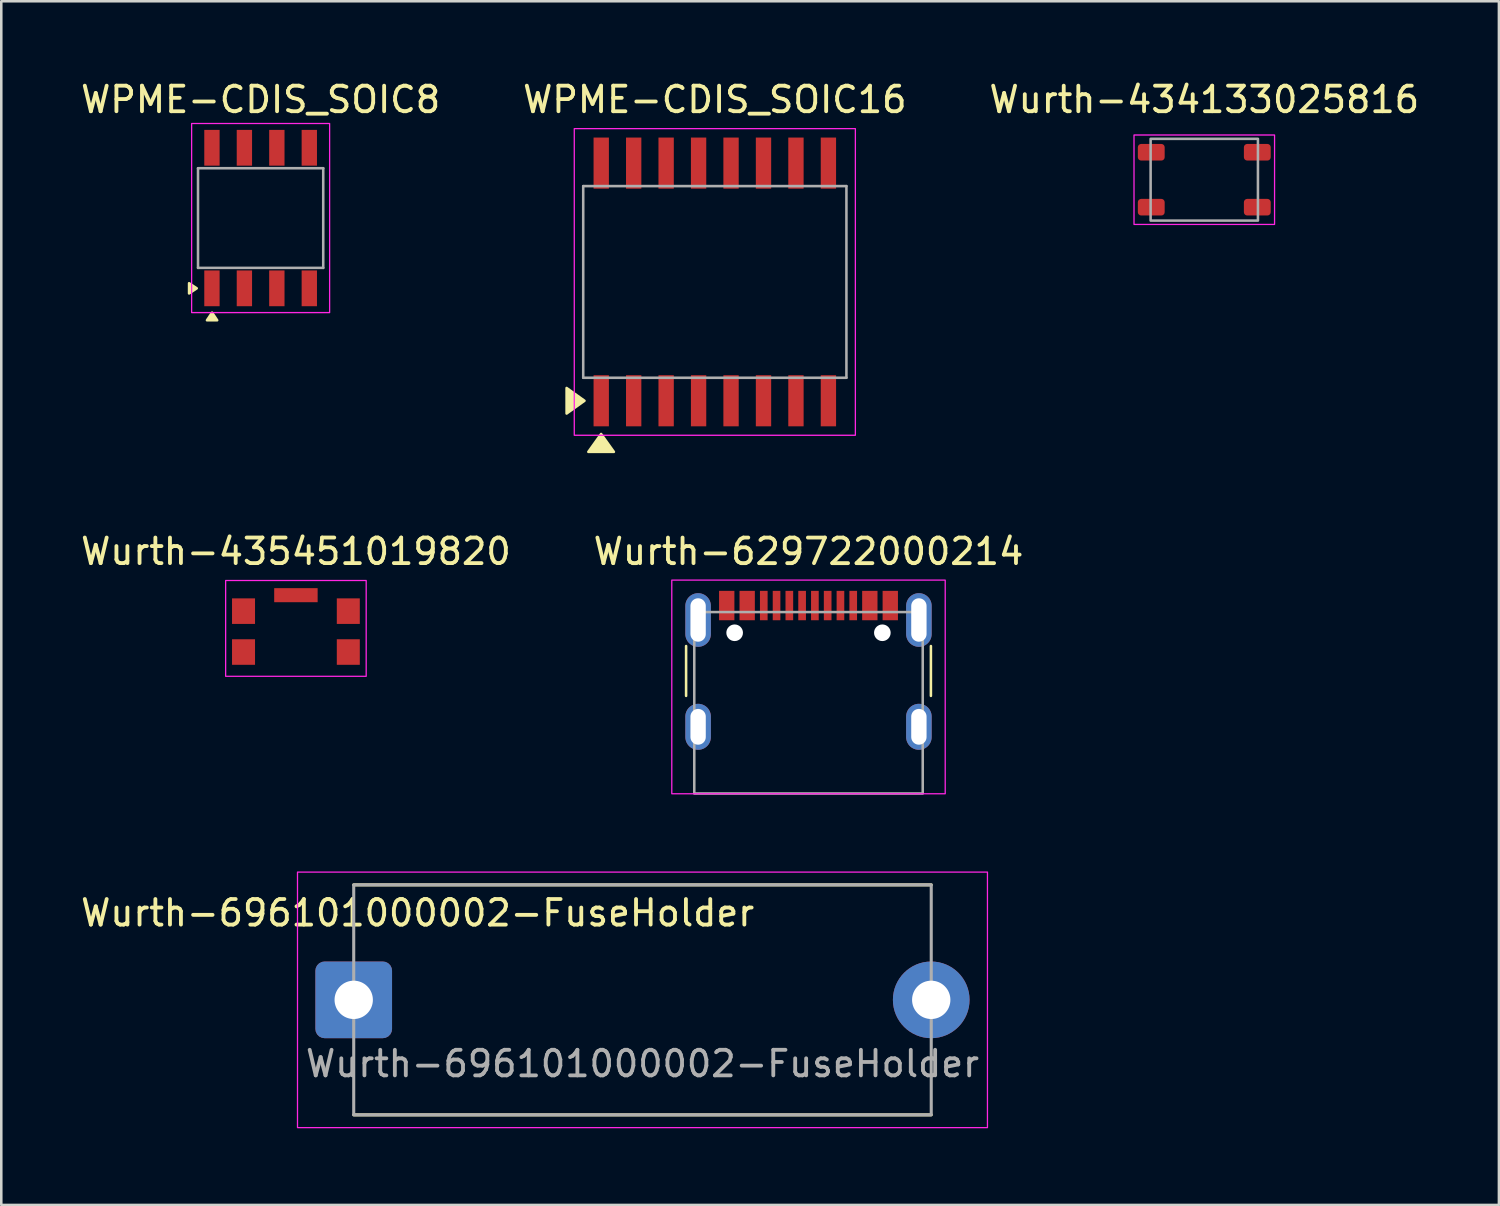
<source format=kicad_pcb>
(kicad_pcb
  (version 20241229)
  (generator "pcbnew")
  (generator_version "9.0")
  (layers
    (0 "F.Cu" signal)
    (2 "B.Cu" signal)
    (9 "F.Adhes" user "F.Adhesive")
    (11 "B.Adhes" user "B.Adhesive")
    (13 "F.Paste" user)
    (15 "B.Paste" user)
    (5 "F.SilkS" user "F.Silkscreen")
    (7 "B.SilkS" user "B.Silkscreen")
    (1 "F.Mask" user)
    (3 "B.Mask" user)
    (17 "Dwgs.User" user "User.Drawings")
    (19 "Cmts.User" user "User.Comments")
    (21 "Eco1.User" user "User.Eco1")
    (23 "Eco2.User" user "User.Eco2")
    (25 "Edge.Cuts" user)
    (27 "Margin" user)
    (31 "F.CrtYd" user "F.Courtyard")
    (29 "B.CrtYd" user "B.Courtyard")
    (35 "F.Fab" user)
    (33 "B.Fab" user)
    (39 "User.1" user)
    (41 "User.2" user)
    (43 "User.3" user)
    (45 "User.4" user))
  (footprint "Wurth-434133025816"
    (layer "F.Cu")
    (at 44.077 3.983)
    (property "Reference" "Wurth-434133025816" (at 0 -3.135 0) (layer "F.SilkS") (effects (font (size 1 1) (thickness 0.15))))
    (attr smd)
    (fp_rect (start -2.75 -1.75) (end 2.75 1.75) (stroke (width 0.05) (type default)) (fill no) (layer "F.CrtYd"))
    (fp_rect (start -2.1 -1.6) (end 2.1 1.6) (stroke (width 0.1) (type default)) (fill no) (layer "F.Fab"))
    (pad "1" smd roundrect (at -2.075 -1.075) (size 1.05 0.65) (layers "F.Cu" "F.Mask" "F.Paste") (roundrect_rratio 0.2))
    (pad "2" smd roundrect (at 2.075 -1.075) (size 1.05 0.65) (layers "F.Cu" "F.Mask" "F.Paste") (roundrect_rratio 0.2))
    (pad "3" smd roundrect (at -2.075 1.075) (size 1.05 0.65) (layers "F.Cu" "F.Mask" "F.Paste") (roundrect_rratio 0.2))
    (pad "4" smd roundrect (at 2.075 1.075) (size 1.05 0.65) (layers "F.Cu" "F.Mask" "F.Paste") (roundrect_rratio 0.2)))
  (footprint "WPME-CDIS_SOIC16"
    (layer "F.Cu")
    (at 24.923 7.983)
    (property "Reference" "WPME-CDIS_SOIC16" (at 0 -7.135 0) (layer "F.SilkS") (effects (font (size 1 1) (thickness 0.15))))
    (attr smd)
    (fp_poly (pts (xy -5.1 4.65) (xy -5.8 4.15) (xy -5.8 5.15)) (stroke (width 0.1) (type solid)) (fill yes) (layer "F.SilkS"))
    (fp_poly (pts (xy -4.45 5.95) (xy -4.95 6.65) (xy -3.95 6.65)) (stroke (width 0.1) (type solid)) (fill yes) (layer "F.SilkS"))
    (fp_rect (start -5.5 -6) (end 5.5 6) (stroke (width 0.05) (type default)) (fill no) (layer "F.CrtYd"))
    (fp_line (start -5.15 -3.75) (end 5.15 -3.75) (stroke (width 0.1) (type solid)) (layer "F.Fab"))
    (fp_line (start -5.15 3.75) (end -5.15 -3.75) (stroke (width 0.1) (type solid)) (layer "F.Fab"))
    (fp_line (start 5.15 -3.75) (end 5.15 3.75) (stroke (width 0.1) (type solid)) (layer "F.Fab"))
    (fp_line (start 5.15 3.75) (end -5.15 3.75) (stroke (width 0.1) (type solid)) (layer "F.Fab"))
    (pad "1" smd rect (at -4.445 4.65) (size 0.6 2) (layers "F.Cu" "F.Mask" "F.Paste"))
    (pad "2" smd rect (at -3.175 4.65) (size 0.6 2) (layers "F.Cu" "F.Mask" "F.Paste"))
    (pad "3" smd rect (at -1.905 4.65) (size 0.6 2) (layers "F.Cu" "F.Mask" "F.Paste"))
    (pad "4" smd rect (at -0.635 4.65) (size 0.6 2) (layers "F.Cu" "F.Mask" "F.Paste"))
    (pad "5" smd rect (at 0.635 4.65) (size 0.6 2) (layers "F.Cu" "F.Mask" "F.Paste"))
    (pad "6" smd rect (at 1.905 4.65) (size 0.6 2) (layers "F.Cu" "F.Mask" "F.Paste"))
    (pad "7" smd rect (at 3.175 4.65) (size 0.6 2) (layers "F.Cu" "F.Mask" "F.Paste"))
    (pad "8" smd rect (at 4.445 4.65) (size 0.6 2) (layers "F.Cu" "F.Mask" "F.Paste"))
    (pad "9" smd rect (at 4.445 -4.65) (size 0.6 2) (layers "F.Cu" "F.Mask" "F.Paste"))
    (pad "10" smd rect (at 3.175 -4.65) (size 0.6 2) (layers "F.Cu" "F.Mask" "F.Paste"))
    (pad "11" smd rect (at 1.905 -4.65) (size 0.6 2) (layers "F.Cu" "F.Mask" "F.Paste"))
    (pad "12" smd rect (at 0.635 -4.65) (size 0.6 2) (layers "F.Cu" "F.Mask" "F.Paste"))
    (pad "13" smd rect (at -0.635 -4.65) (size 0.6 2) (layers "F.Cu" "F.Mask" "F.Paste"))
    (pad "14" smd rect (at -1.905 -4.65) (size 0.6 2) (layers "F.Cu" "F.Mask" "F.Paste"))
    (pad "15" smd rect (at -3.175 -4.65) (size 0.6 2) (layers "F.Cu" "F.Mask" "F.Paste"))
    (pad "16" smd rect (at -4.445 -4.65) (size 0.6 2) (layers "F.Cu" "F.Mask" "F.Paste")))
  (footprint "Wurth-696101000002-FuseHolder"
    (layer "F.Cu")
    (at 22.092 36.077)
    (property "Reference" "Wurth-696101000002-FuseHolder" (at -8.8 -3.4 0) (unlocked yes) (layer "F.SilkS") (effects (font (size 1 1) (thickness 0.15))))
    (attr through_hole)
    (fp_line (start -11.3 -4.5) (end 11.3 -4.5) (stroke (width 0.12) (type default)) (layer "F.SilkS"))
    (fp_line (start -11.3 4.5) (end 11.3 4.5) (stroke (width 0.12) (type default)) (layer "F.SilkS"))
    (fp_rect (start -13.5 -5) (end 13.5 5) (stroke (width 0.05) (type default)) (fill no) (layer "F.CrtYd"))
    (fp_rect (start -11.3 -4.5) (end 11.3 4.5) (stroke (width 0.12) (type default)) (fill no) (layer "F.Fab"))
    (fp_text user "${REFERENCE}" (at 0 2.5 0) (unlocked yes) (layer "F.Fab") (effects (font (size 1 1) (thickness 0.15))))
    (pad "1" thru_hole roundrect (at -11.3 0) (size 3 3) (drill 1.5) (layers "*.Cu" "*.Mask") (roundrect_rratio 0.12))
    (pad "2" thru_hole circle (at 11.3 0) (size 3 3) (drill 1.5) (layers "*.Cu" "*.Mask")))
  (footprint "WPME-CDIS_SOIC8"
    (layer "F.Cu")
    (at 7.149 5.483)
    (property "Reference" "WPME-CDIS_SOIC8" (at 0 -4.635 0) (layer "F.SilkS") (effects (font (size 1 1) (thickness 0.15))))
    (attr smd)
    (fp_poly (pts (xy -2.5 2.75) (xy -2.8 2.95) (xy -2.8 2.55)) (stroke (width 0.1) (type solid)) (fill yes) (layer "F.SilkS"))
    (fp_poly (pts (xy -1.9 3.7) (xy -1.7 4) (xy -2.1 4)) (stroke (width 0.1) (type solid)) (fill yes) (layer "F.SilkS"))
    (fp_rect (start -2.7 -3.7) (end 2.7 3.7) (stroke (width 0.05) (type default)) (fill no) (layer "F.CrtYd"))
    (fp_line (start -2.45 -1.95) (end 2.45 -1.95) (stroke (width 0.1) (type solid)) (layer "F.Fab"))
    (fp_line (start -2.45 1.95) (end -2.45 -1.95) (stroke (width 0.1) (type solid)) (layer "F.Fab"))
    (fp_line (start 2.45 -1.95) (end 2.45 1.95) (stroke (width 0.1) (type solid)) (layer "F.Fab"))
    (fp_line (start 2.45 1.95) (end -2.45 1.95) (stroke (width 0.1) (type solid)) (layer "F.Fab"))
    (pad "1" smd rect (at -1.905 2.75) (size 0.6 1.4) (layers "F.Cu" "F.Mask" "F.Paste"))
    (pad "2" smd rect (at -0.635 2.75) (size 0.6 1.4) (layers "F.Cu" "F.Mask" "F.Paste"))
    (pad "3" smd rect (at 0.635 2.75) (size 0.6 1.4) (layers "F.Cu" "F.Mask" "F.Paste"))
    (pad "4" smd rect (at 1.905 2.75) (size 0.6 1.4) (layers "F.Cu" "F.Mask" "F.Paste"))
    (pad "5" smd rect (at 1.905 -2.75) (size 0.6 1.4) (layers "F.Cu" "F.Mask" "F.Paste"))
    (pad "6" smd rect (at 0.635 -2.75) (size 0.6 1.4) (layers "F.Cu" "F.Mask" "F.Paste"))
    (pad "7" smd rect (at -0.635 -2.75) (size 0.6 1.4) (layers "F.Cu" "F.Mask" "F.Paste"))
    (pad "8" smd rect (at -1.905 -2.75) (size 0.6 1.4) (layers "F.Cu" "F.Mask" "F.Paste")))
  (footprint "Wurth-435451019820"
    (layer "F.Cu")
    (at 8.53 21.666)
    (property "Reference" "Wurth-435451019820" (at 0 -3.135 0) (layer "F.SilkS") (effects (font (size 1 1) (thickness 0.15))))
    (attr smd)
    (fp_poly (pts (xy -2.75 -2) (xy 2.75 -2) (xy 2.75 1.75) (xy -2.75 1.75)) (stroke (width 0.05) (type solid)) (fill no) (layer "F.CrtYd"))
    (pad "1" smd rect (at 2.05 -0.8) (size 0.9 1) (layers "F.Cu" "F.Mask" "F.Paste"))
    (pad "2" smd rect (at 2.05 0.8) (size 0.9 1) (layers "F.Cu" "F.Mask" "F.Paste"))
    (pad "3" smd rect (at -2.05 0.8) (size 0.9 1) (layers "F.Cu" "F.Mask" "F.Paste"))
    (pad "4" smd rect (at -2.05 -0.8) (size 0.9 1) (layers "F.Cu" "F.Mask" "F.Paste"))
    (pad "GND" smd rect (at 0 -1.425) (size 1.7 0.55) (layers "F.Cu" "F.Mask" "F.Paste")))
  (footprint "Wurth-629722000214"
    (layer "F.Cu")
    (at 28.589 23.302)
    (property "Reference" "Wurth-629722000214" (at 0 -4.77 0) (layer "F.SilkS") (effects (font (size 1 1) (thickness 0.15))))
    (fp_line (start -4.79 -1.07) (end -4.79 0.88) (stroke (width 0.1) (type solid)) (layer "F.SilkS"))
    (fp_line (start 4.79 -1.07) (end 4.79 0.88) (stroke (width 0.1) (type solid)) (layer "F.SilkS"))
    (fp_rect (start -5.35 -3.65) (end 5.35 4.71) (stroke (width 0.05) (type default)) (fill no) (layer "F.CrtYd"))
    (fp_rect (start -4.47 -2.4) (end 4.47 4.7) (stroke (width 0.1) (type default)) (fill no) (layer "F.Fab"))
    (pad "" np_thru_hole circle (at -2.89 -1.59) (size 0.65 0.65) (drill 0.65) (layers "*.Cu" "*.Mask"))
    (pad "" np_thru_hole circle (at 2.89 -1.59) (size 0.65 0.65) (drill 0.65) (layers "*.Cu" "*.Mask"))
    (pad "A1-B12" smd rect (at -3.2 -2.655) (size 0.6 1.15) (layers "F.Cu" "F.Mask" "F.Paste"))
    (pad "A4-B9" smd rect (at -2.4 -2.655) (size 0.6 1.15) (layers "F.Cu" "F.Mask" "F.Paste"))
    (pad "A5" smd rect (at -1.25 -2.655) (size 0.3 1.15) (layers "F.Cu" "F.Mask" "F.Paste"))
    (pad "A6" smd rect (at -0.25 -2.655) (size 0.3 1.15) (layers "F.Cu" "F.Mask" "F.Paste"))
    (pad "A7" smd rect (at 0.25 -2.655) (size 0.3 1.15) (layers "F.Cu" "F.Mask" "F.Paste"))
    (pad "A8" smd rect (at 1.25 -2.655) (size 0.3 1.15) (layers "F.Cu" "F.Mask" "F.Paste"))
    (pad "B1-A12" smd rect (at 3.2 -2.655) (size 0.6 1.15) (layers "F.Cu" "F.Mask" "F.Paste"))
    (pad "B4-A9" smd rect (at 2.4 -2.655) (size 0.6 1.15) (layers "F.Cu" "F.Mask" "F.Paste"))
    (pad "B5" smd rect (at 1.75 -2.655) (size 0.3 1.15) (layers "F.Cu" "F.Mask" "F.Paste"))
    (pad "B6" smd rect (at 0.75 -2.655) (size 0.3 1.15) (layers "F.Cu" "F.Mask" "F.Paste"))
    (pad "B7" smd rect (at -0.75 -2.655) (size 0.3 1.15) (layers "F.Cu" "F.Mask" "F.Paste"))
    (pad "B8" smd rect (at -1.75 -2.655) (size 0.3 1.15) (layers "F.Cu" "F.Mask" "F.Paste"))
    (pad "S1" thru_hole oval (at -4.32 2.09) (size 1 1.8) (drill oval 0.6 1.4) (layers "*.Cu" "*.Mask"))
    (pad "S2" thru_hole oval (at -4.32 -2.09) (size 1 2.1) (drill oval 0.6 1.7) (layers "*.Cu" "*.Mask"))
    (pad "S3" thru_hole oval (at 4.32 -2.09) (size 1 2.1) (drill oval 0.6 1.7) (layers "*.Cu" "*.Mask"))
    (pad "S4" thru_hole oval (at 4.32 2.09) (size 1 1.8) (drill oval 0.6 1.4) (layers "*.Cu" "*.Mask")))
  (gr_rect
    (start -3 -3)
    (end 55.607 44.102)
    (stroke (width 0.1) (type default))
    (fill no)
    (layer "Edge.Cuts")))
</source>
